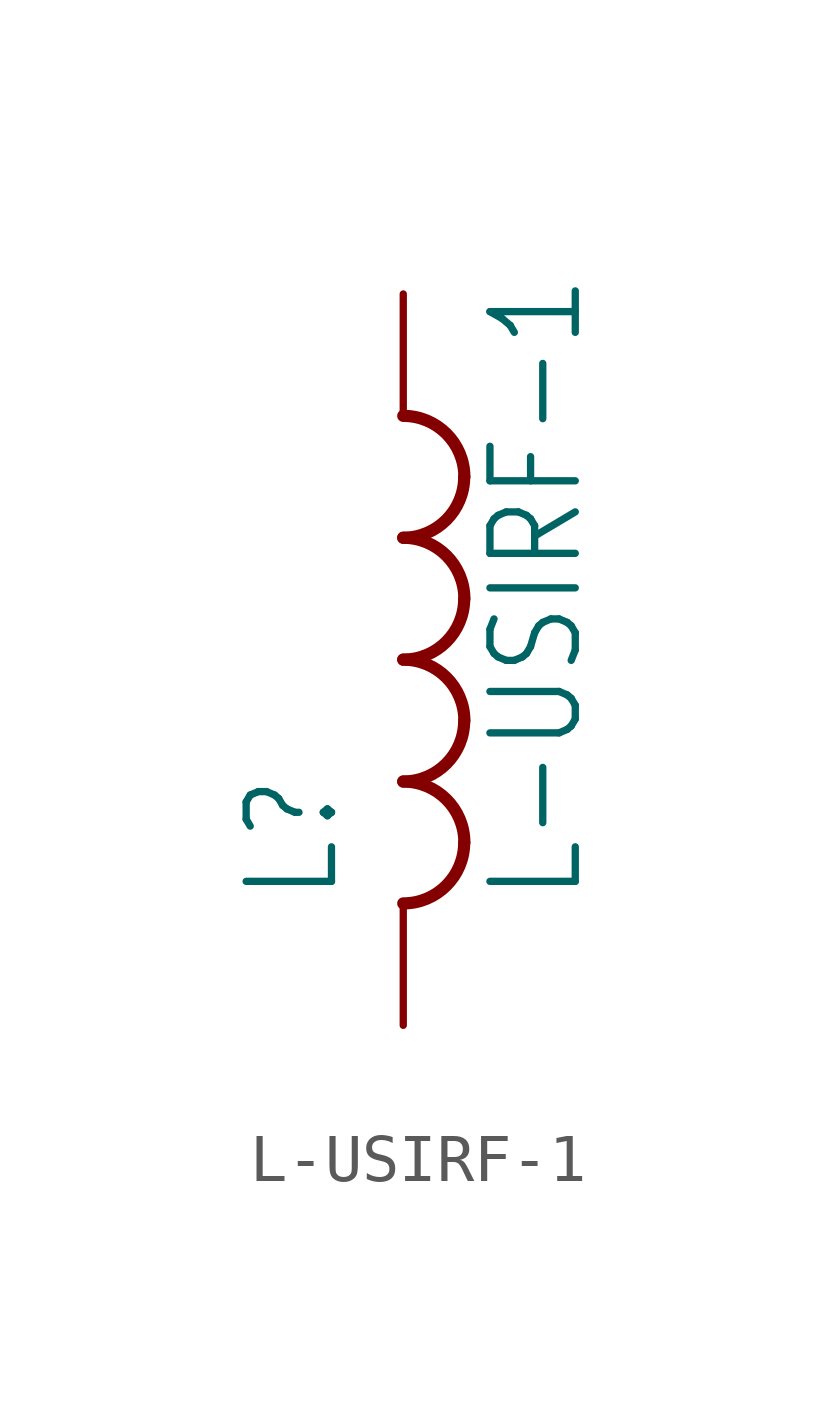
<source format=kicad_sym>
(kicad_symbol_lib
  (version 20211014)
  (generator kicad_symbol_editor)
  (symbol "L-USIRF-1"
    (property "Reference" "L"
      (at -1.27 -5.08 90)
      (effects (font (size 1.778 1.511)) (justify left bottom)))
    (property "Value" "L-USIRF-1"
      (at 3.81 -5.08 90)
      (effects (font (size 1.778 1.511)) (justify left bottom)))
    (property "ki_locked" ""
      (at 0 0 0)
      (effects (font (size 1.27 1.27))))
    (symbol "L-USIRF-1_1_0"
      (arc (start 0 -5.08) (mid 0.898 -4.708) (end 1.27 -3.81) (stroke (width 0.254) (type default) (color 0 0 0 0)) (fill (type none)))
      (arc (start 0 -2.54) (mid 0.898 -2.168) (end 1.27 -1.27) (stroke (width 0.254) (type default) (color 0 0 0 0)) (fill (type none)))
      (arc (start 0 0) (mid 0.898 0.372) (end 1.27 1.27) (stroke (width 0.254) (type default) (color 0 0 0 0)) (fill (type none)))
      (arc (start 0 2.54) (mid 0.898 2.912) (end 1.27 3.81) (stroke (width 0.254) (type default) (color 0 0 0 0)) (fill (type none)))
      (arc (start 1.27 -3.81) (mid 0.898 -2.912) (end 0 -2.54) (stroke (width 0.254) (type default) (color 0 0 0 0)) (fill (type none)))
      (arc (start 1.27 -1.27) (mid 0.898 -0.372) (end 0 0) (stroke (width 0.254) (type default) (color 0 0 0 0)) (fill (type none)))
      (arc (start 1.27 1.27) (mid 0.898 2.168) (end 0 2.54) (stroke (width 0.254) (type default) (color 0 0 0 0)) (fill (type none)))
      (arc (start 1.27 3.81) (mid 0.898 4.708) (end 0 5.08) (stroke (width 0.254) (type default) (color 0 0 0 0)) (fill (type none)))
      (pin passive line (at 0 7.62 270) (length 2.54) (name "1" (effects (font (size 0 0)))) (number "1" (effects (font (size 0 0)))))
      (pin passive line (at 0 -7.62 90) (length 2.54) (name "2" (effects (font (size 0 0)))) (number "2" (effects (font (size 0 0))))))))
</source>
